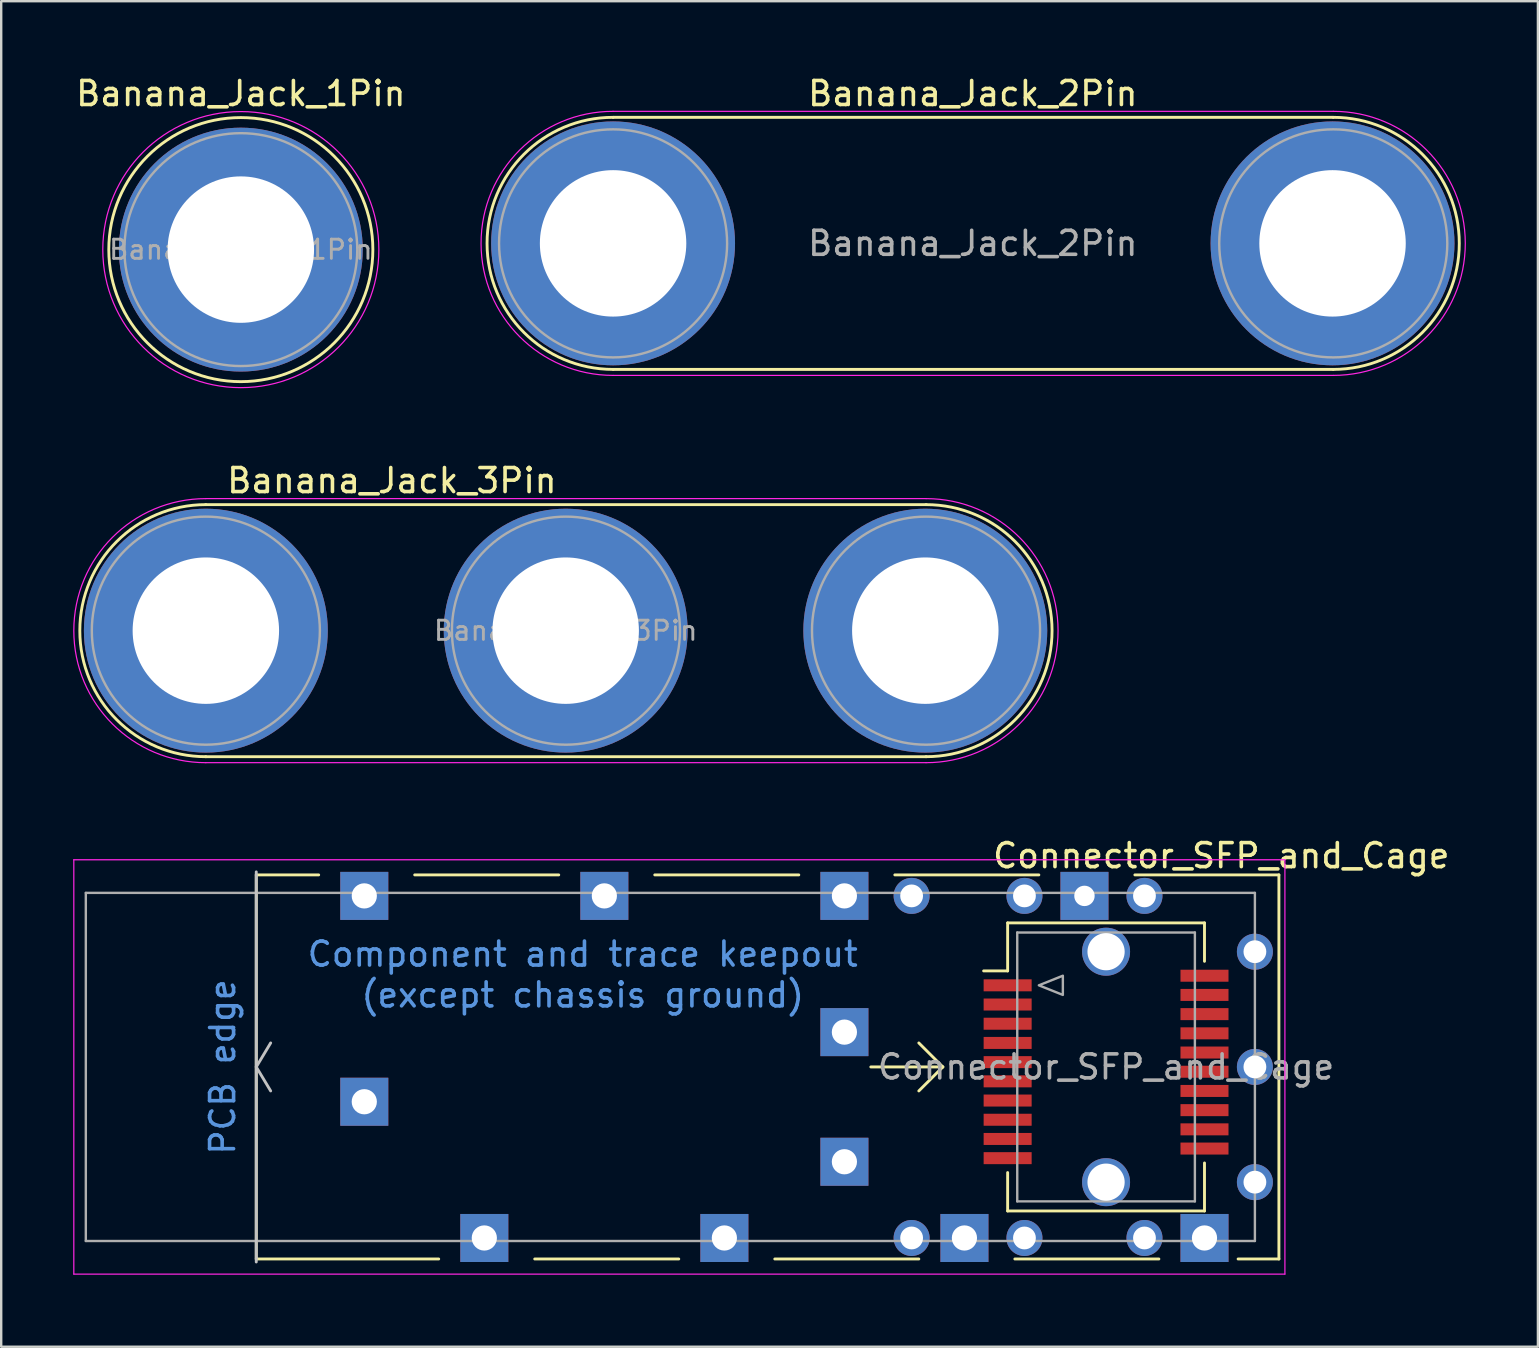
<source format=kicad_pcb>
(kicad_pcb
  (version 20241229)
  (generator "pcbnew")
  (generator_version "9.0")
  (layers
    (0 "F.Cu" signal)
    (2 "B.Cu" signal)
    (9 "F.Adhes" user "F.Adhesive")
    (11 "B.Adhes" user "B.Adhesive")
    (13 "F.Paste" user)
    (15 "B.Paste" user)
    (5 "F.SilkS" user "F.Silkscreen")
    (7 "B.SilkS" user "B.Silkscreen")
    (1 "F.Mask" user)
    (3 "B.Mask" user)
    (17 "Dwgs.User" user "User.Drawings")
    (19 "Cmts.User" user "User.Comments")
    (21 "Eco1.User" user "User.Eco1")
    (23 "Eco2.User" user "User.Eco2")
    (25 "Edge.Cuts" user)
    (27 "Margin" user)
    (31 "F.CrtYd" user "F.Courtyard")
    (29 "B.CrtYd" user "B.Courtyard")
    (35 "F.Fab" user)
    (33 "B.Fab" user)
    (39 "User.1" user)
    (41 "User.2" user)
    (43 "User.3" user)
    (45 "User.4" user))
  (footprint "Banana_Jack_3Pin"
    (layer "F.Cu")
    (at 5.525 23.221)
    (property "Reference" "Banana_Jack_3Pin" (at 7.75 -6.25 0) (layer "F.SilkS") (effects (font (size 1 1) (thickness 0.15))))
    (attr through_hole)
    (fp_line (start 0 5.25) (end 30 5.25) (stroke (width 0.12) (type solid)) (layer "F.SilkS"))
    (fp_line (start 30 -5.25) (end 0 -5.25) (stroke (width 0.12) (type solid)) (layer "F.SilkS"))
    (fp_arc (start 0 5.25) (mid -5.25 0) (end 0 -5.25) (stroke (width 0.12) (type solid)) (layer "F.SilkS"))
    (fp_arc (start 30 -5.25) (mid 35.25 0) (end 30 5.25) (stroke (width 0.12) (type solid)) (layer "F.SilkS"))
    (fp_line (start 0 -5.5) (end 30 -5.5) (stroke (width 0.05) (type solid)) (layer "F.CrtYd"))
    (fp_line (start 30 5.5) (end 0 5.5) (stroke (width 0.05) (type solid)) (layer "F.CrtYd"))
    (fp_arc (start 0 5.5) (mid -5.5 0) (end 0 -5.5) (stroke (width 0.05) (type solid)) (layer "F.CrtYd"))
    (fp_arc (start 30 -5.5) (mid 35.5 0) (end 30 5.5) (stroke (width 0.05) (type solid)) (layer "F.CrtYd"))
    (fp_circle (center 0 0) (end 2 0) (stroke (width 0.1) (type solid)) (fill no) (layer "F.Fab"))
    (fp_circle (center 0 0) (end 4.75 0) (stroke (width 0.1) (type solid)) (fill no) (layer "F.Fab"))
    (fp_circle (center 15 0) (end 17 0) (stroke (width 0.1) (type solid)) (fill no) (layer "F.Fab"))
    (fp_circle (center 15 0) (end 19.75 0) (stroke (width 0.1) (type solid)) (fill no) (layer "F.Fab"))
    (fp_circle (center 30 0) (end 30 -4.75) (stroke (width 0.1) (type solid)) (fill no) (layer "F.Fab"))
    (fp_circle (center 30 0) (end 30 -2) (stroke (width 0.1) (type solid)) (fill no) (layer "F.Fab"))
    (fp_text user "${REFERENCE}" (at 14.99 0 0) (layer "F.Fab") (effects (font (size 0.8 0.8) (thickness 0.12))))
    (pad "1" thru_hole circle (at 0 0) (size 10.16 10.16) (drill 6.1) (layers "*.Cu" "*.Mask"))
    (pad "2" thru_hole circle (at 14.99 0) (size 10.16 10.16) (drill 6.1) (layers "*.Cu" "*.Mask"))
    (pad "3" thru_hole circle (at 29.97 0) (size 10.16 10.16) (drill 6.1) (layers "*.Cu" "*.Mask")))
  (footprint "Banana_Jack_1Pin"
    (layer "F.Cu")
    (at 6.982 7.348)
    (property "Reference" "Banana_Jack_1Pin" (at 0 -6.5 0) (layer "F.SilkS") (effects (font (size 1 1) (thickness 0.15))))
    (attr through_hole)
    (fp_circle (center 0 0) (end 5.5 0) (stroke (width 0.12) (type solid)) (fill no) (layer "F.SilkS"))
    (fp_circle (center 0 0) (end 5.75 0) (stroke (width 0.05) (type solid)) (fill no) (layer "F.CrtYd"))
    (fp_circle (center 0 0) (end 2 0) (stroke (width 0.1) (type solid)) (fill no) (layer "F.Fab"))
    (fp_circle (center 0 0) (end 4.85 0.05) (stroke (width 0.1) (type solid)) (fill no) (layer "F.Fab"))
    (fp_text user "${REFERENCE}" (at 0 0 0) (layer "F.Fab") (effects (font (size 0.8 0.8) (thickness 0.12))))
    (pad "1" thru_hole circle (at 0 0) (size 10.16 10.16) (drill 6.1) (layers "*.Cu" "*.Mask")))
  (footprint "Banana_Jack_2Pin"
    (layer "F.Cu")
    (at 22.489 7.088)
    (property "Reference" "Banana_Jack_2Pin" (at 14.985 -6.24 0) (layer "F.SilkS") (effects (font (size 1 1) (thickness 0.15))))
    (attr through_hole)
    (fp_line (start 0 5.25) (end 30 5.25) (stroke (width 0.12) (type solid)) (layer "F.SilkS"))
    (fp_line (start 30 -5.25) (end 0 -5.25) (stroke (width 0.12) (type solid)) (layer "F.SilkS"))
    (fp_arc (start 0 5.25) (mid -5.25 0) (end 0 -5.25) (stroke (width 0.12) (type solid)) (layer "F.SilkS"))
    (fp_arc (start 30 -5.25) (mid 35.25 0) (end 30 5.25) (stroke (width 0.12) (type solid)) (layer "F.SilkS"))
    (fp_line (start 0 5.5) (end 30 5.5) (stroke (width 0.05) (type solid)) (layer "F.CrtYd"))
    (fp_line (start 30 -5.5) (end 0 -5.5) (stroke (width 0.05) (type solid)) (layer "F.CrtYd"))
    (fp_arc (start 0 5.5) (mid -5.5 0) (end 0 -5.5) (stroke (width 0.05) (type solid)) (layer "F.CrtYd"))
    (fp_arc (start 30 -5.5) (mid 35.5 0) (end 30 5.5) (stroke (width 0.05) (type solid)) (layer "F.CrtYd"))
    (fp_circle (center 0 0) (end 2 0) (stroke (width 0.1) (type solid)) (fill no) (layer "F.Fab"))
    (fp_circle (center 0 0) (end 4.75 0) (stroke (width 0.1) (type solid)) (fill no) (layer "F.Fab"))
    (fp_circle (center 30 0) (end 32 0) (stroke (width 0.1) (type solid)) (fill no) (layer "F.Fab"))
    (fp_circle (center 30 0) (end 34.75 0) (stroke (width 0.1) (type solid)) (fill no) (layer "F.Fab"))
    (fp_text user "${REFERENCE}" (at 14.985 0 0) (layer "F.Fab") (effects (font (size 1 1) (thickness 0.15))))
    (pad "1" thru_hole circle (at 0 0) (size 10.16 10.16) (drill 6.1) (layers "*.Cu" "*.Mask"))
    (pad "2" thru_hole circle (at 29.97 0) (size 10.16 10.16) (drill 6.1) (layers "*.Cu" "*.Mask")))
  (footprint "Connector_SFP_and_Cage"
    (layer "F.Cu")
    (at 49.225 41.395)
    (property "Reference" "Connector_SFP_and_Cage" (at -1.4 -8.8 0) (layer "F.SilkS") (effects (font (size 1 1) (thickness 0.15))))
    (attr smd)
    (fp_line (start -41.6 8) (end -41.6 -8) (stroke (width 0.12) (type solid)) (layer "F.SilkS"))
    (fp_line (start -39 -8) (end -41.6 -8) (stroke (width 0.12) (type solid)) (layer "F.SilkS"))
    (fp_line (start -34 8) (end -41.6 8) (stroke (width 0.12) (type solid)) (layer "F.SilkS"))
    (fp_line (start -30 8) (end -24 8) (stroke (width 0.12) (type solid)) (layer "F.SilkS"))
    (fp_line (start -29 -8) (end -35 -8) (stroke (width 0.12) (type solid)) (layer "F.SilkS"))
    (fp_line (start -20 8) (end -14 8) (stroke (width 0.12) (type solid)) (layer "F.SilkS"))
    (fp_line (start -19 -8) (end -25 -8) (stroke (width 0.12) (type solid)) (layer "F.SilkS"))
    (fp_line (start -13 0) (end -16 0) (stroke (width 0.12) (type solid)) (layer "F.SilkS"))
    (fp_line (start -13 0) (end -14 -1) (stroke (width 0.12) (type solid)) (layer "F.SilkS"))
    (fp_line (start -13 0) (end -14 1) (stroke (width 0.12) (type solid)) (layer "F.SilkS"))
    (fp_line (start -10.3 -6) (end -10.3 -4) (stroke (width 0.12) (type solid)) (layer "F.SilkS"))
    (fp_line (start -10.3 -4) (end -11.3 -4) (stroke (width 0.12) (type solid)) (layer "F.SilkS"))
    (fp_line (start -10.3 4.4) (end -10.3 6) (stroke (width 0.12) (type solid)) (layer "F.SilkS"))
    (fp_line (start -10 8) (end -4 8) (stroke (width 0.12) (type solid)) (layer "F.SilkS"))
    (fp_line (start -9 -8) (end -15 -8) (stroke (width 0.12) (type solid)) (layer "F.SilkS"))
    (fp_line (start -2.1 -6) (end -10.3 -6) (stroke (width 0.12) (type solid)) (layer "F.SilkS"))
    (fp_line (start -2.1 -4.4) (end -2.1 -6) (stroke (width 0.12) (type solid)) (layer "F.SilkS"))
    (fp_line (start -2.1 4) (end -2.1 6) (stroke (width 0.12) (type solid)) (layer "F.SilkS"))
    (fp_line (start -2.1 6) (end -10.3 6) (stroke (width 0.12) (type solid)) (layer "F.SilkS"))
    (fp_line (start -0.7 8) (end 1 8) (stroke (width 0.12) (type solid)) (layer "F.SilkS"))
    (fp_line (start 1 -8) (end -5 -8) (stroke (width 0.12) (type solid)) (layer "F.SilkS"))
    (fp_line (start 1 8) (end 1 -8) (stroke (width 0.12) (type solid)) (layer "F.SilkS"))
    (fp_line (start -41.6 0) (end -41 -1) (stroke (width 0.12) (type solid)) (layer "Dwgs.User"))
    (fp_line (start -41.6 8.125) (end -41.6 -8.125) (stroke (width 0.12) (type solid)) (layer "Dwgs.User"))
    (fp_line (start -41 1) (end -41.6 0) (stroke (width 0.12) (type solid)) (layer "Dwgs.User"))
    (fp_line (start -49.2 -8.63) (end -49.2 8.63) (stroke (width 0.05) (type solid)) (layer "F.CrtYd"))
    (fp_line (start -49.2 -8.63) (end 1.25 -8.63) (stroke (width 0.05) (type solid)) (layer "F.CrtYd"))
    (fp_line (start 1.25 8.63) (end -49.2 8.63) (stroke (width 0.05) (type solid)) (layer "F.CrtYd"))
    (fp_line (start 1.25 8.63) (end 1.25 -8.63) (stroke (width 0.05) (type solid)) (layer "F.CrtYd"))
    (fp_line (start -48.7 -7.25) (end -48.7 7.25) (stroke (width 0.1) (type solid)) (layer "F.Fab"))
    (fp_line (start -9.9 -5.6) (end -9.9 5.6) (stroke (width 0.1) (type solid)) (layer "F.Fab"))
    (fp_line (start -2.5 -5.6) (end -9.9 -5.6) (stroke (width 0.1) (type solid)) (layer "F.Fab"))
    (fp_line (start -2.5 -5.6) (end -2.5 5.6) (stroke (width 0.1) (type solid)) (layer "F.Fab"))
    (fp_line (start -2.5 5.6) (end -9.9 5.6) (stroke (width 0.1) (type solid)) (layer "F.Fab"))
    (fp_line (start 0 -7.25) (end -48.7 -7.25) (stroke (width 0.1) (type solid)) (layer "F.Fab"))
    (fp_line (start 0 -7.25) (end 0 7.25) (stroke (width 0.1) (type solid)) (layer "F.Fab"))
    (fp_line (start 0 7.25) (end -48.7 7.25) (stroke (width 0.1) (type solid)) (layer "F.Fab"))
    (fp_poly (pts (xy -9 -3.4) (xy -8 -3.8) (xy -8 -3)) (stroke (width 0.1) (type solid)) (fill no) (layer "F.Fab"))
    (fp_text user "(except chassis ground)" (at -28 -3 0) (layer "Cmts.User") (effects (font (size 1 1) (thickness 0.15))))
    (fp_text user "Component and trace keepout" (at -28 -4.7 0) (layer "Cmts.User") (effects (font (size 1 1) (thickness 0.15))))
    (fp_text user "PCB edge" (at -43 0 90) (layer "Cmts.User") (effects (font (size 1 1) (thickness 0.15))))
    (fp_text user "${REFERENCE}" (at -6.2 0 0) (layer "F.Fab") (effects (font (size 1 1) (thickness 0.15))))
    (pad "" np_thru_hole circle (at -6.2 -4.8) (size 2 2) (drill 1.55) (layers "*.Cu" "*.Mask"))
    (pad "" np_thru_hole circle (at -6.2 4.8) (size 2 2) (drill 1.55) (layers "*.Cu" "*.Mask"))
    (pad "1" smd rect (at -10.3 -3.4) (size 2 0.5) (layers "F.Cu" "F.Mask" "F.Paste"))
    (pad "2" smd rect (at -10.3 -2.6) (size 2 0.5) (layers "F.Cu" "F.Mask" "F.Paste"))
    (pad "3" smd rect (at -10.3 -1.8) (size 2 0.5) (layers "F.Cu" "F.Mask" "F.Paste"))
    (pad "4" smd rect (at -10.3 -1) (size 2 0.5) (layers "F.Cu" "F.Mask" "F.Paste"))
    (pad "5" smd rect (at -10.3 -0.2) (size 2 0.5) (layers "F.Cu" "F.Mask" "F.Paste"))
    (pad "6" smd rect (at -10.3 0.6) (size 2 0.5) (layers "F.Cu" "F.Mask" "F.Paste"))
    (pad "7" smd rect (at -10.3 1.4) (size 2 0.5) (layers "F.Cu" "F.Mask" "F.Paste"))
    (pad "8" smd rect (at -10.3 2.2) (size 2 0.5) (layers "F.Cu" "F.Mask" "F.Paste"))
    (pad "9" smd rect (at -10.3 3) (size 2 0.5) (layers "F.Cu" "F.Mask" "F.Paste"))
    (pad "10" smd rect (at -10.3 3.8) (size 2 0.5) (layers "F.Cu" "F.Mask" "F.Paste"))
    (pad "11" smd rect (at -2.1 3.4) (size 2 0.5) (layers "F.Cu" "F.Mask" "F.Paste"))
    (pad "12" smd rect (at -2.1 2.6) (size 2 0.5) (layers "F.Cu" "F.Mask" "F.Paste"))
    (pad "13" smd rect (at -2.1 1.8) (size 2 0.5) (layers "F.Cu" "F.Mask" "F.Paste"))
    (pad "14" smd rect (at -2.1 1) (size 2 0.5) (layers "F.Cu" "F.Mask" "F.Paste"))
    (pad "15" smd rect (at -2.1 0.2) (size 2 0.5) (layers "F.Cu" "F.Mask" "F.Paste"))
    (pad "16" smd rect (at -2.1 -0.6) (size 2 0.5) (layers "F.Cu" "F.Mask" "F.Paste"))
    (pad "17" smd rect (at -2.1 -1.4) (size 2 0.5) (layers "F.Cu" "F.Mask" "F.Paste"))
    (pad "18" smd rect (at -2.1 -2.2) (size 2 0.5) (layers "F.Cu" "F.Mask" "F.Paste"))
    (pad "19" smd rect (at -2.1 -3) (size 2 0.5) (layers "F.Cu" "F.Mask" "F.Paste"))
    (pad "20" smd rect (at -2.1 -3.8) (size 2 0.5) (layers "F.Cu" "F.Mask" "F.Paste"))
    (pad "CAGE" thru_hole rect (at -37.1 -7.125) (size 2 2) (drill 1.05) (layers "*.Cu" "*.Mask"))
    (pad "CAGE" thru_hole rect (at -37.1 1.45) (size 2 2) (drill 1.05) (layers "*.Cu" "*.Mask"))
    (pad "CAGE" thru_hole rect (at -32.1 7.125) (size 2 2) (drill 1.05) (layers "*.Cu" "*.Mask"))
    (pad "CAGE" thru_hole rect (at -27.1 -7.125) (size 2 2) (drill 1.05) (layers "*.Cu" "*.Mask"))
    (pad "CAGE" thru_hole rect (at -22.1 7.125) (size 2 2) (drill 1.05) (layers "*.Cu" "*.Mask"))
    (pad "CAGE" thru_hole rect (at -17.1 -7.125) (size 2 2) (drill 1.05) (layers "*.Cu" "*.Mask"))
    (pad "CAGE" thru_hole rect (at -17.1 -1.45) (size 2 2) (drill 1.05) (layers "*.Cu" "*.Mask"))
    (pad "CAGE" thru_hole rect (at -17.1 3.95) (size 2 2) (drill 1.05) (layers "*.Cu" "*.Mask"))
    (pad "CAGE" thru_hole circle (at -14.3 -7.125) (size 1.5 1.5) (drill 0.95) (layers "*.Cu" "*.Mask"))
    (pad "CAGE" thru_hole circle (at -14.3 7.125) (size 1.5 1.5) (drill 0.95) (layers "*.Cu" "*.Mask"))
    (pad "CAGE" thru_hole rect (at -12.1 7.125) (size 2 2) (drill 1.05) (layers "*.Cu" "*.Mask"))
    (pad "CAGE" thru_hole circle (at -9.6 -7.125) (size 1.5 1.5) (drill 0.95) (layers "*.Cu" "*.Mask"))
    (pad "CAGE" thru_hole circle (at -9.6 7.125) (size 1.5 1.5) (drill 0.95) (layers "*.Cu" "*.Mask"))
    (pad "CAGE" thru_hole rect (at -7.1 -7.125) (size 2 2) (drill 0.85) (layers "*.Cu" "*.Mask"))
    (pad "CAGE" thru_hole circle (at -4.6 -7.125) (size 1.5 1.5) (drill 0.95) (layers "*.Cu" "*.Mask"))
    (pad "CAGE" thru_hole circle (at -4.6 7.125) (size 1.5 1.5) (drill 0.95) (layers "*.Cu" "*.Mask"))
    (pad "CAGE" thru_hole rect (at -2.1 7.125) (size 2 2) (drill 1.05) (layers "*.Cu" "*.Mask"))
    (pad "CAGE" thru_hole circle (at 0 -4.8) (size 1.5 1.5) (drill 0.95) (layers "*.Cu" "*.Mask"))
    (pad "CAGE" thru_hole circle (at 0 0) (size 1.5 1.5) (drill 0.95) (layers "*.Cu" "*.Mask"))
    (pad "CAGE" thru_hole circle (at 0 4.8) (size 1.5 1.5) (drill 0.95) (layers "*.Cu" "*.Mask"))
    (zone (net_name "") (layer "F.Cu") (hatch full 0.508) (connect_pads) (min_thickness 0.254) (filled_areas_thickness no) (keepout (tracks not_allowed) (vias allowed) (pads allowed) (copperpour allowed) (footprints not_allowed)) (placement (enabled no)) (fill) (polygon (pts (xy 49.925 37.795) (xy 48.925 37.795) (xy 48.925 35.295) (xy 34.425 35.295) (xy 34.425 47.495) (xy 48.925 47.495) (xy 48.925 44.495) (xy 49.925 44.495) (xy 49.925 49.52) (xy 7.625 49.52) (xy 7.625 33.27) (xy 49.925 33.27)))))
  (gr_rect
    (start -3 -3)
    (end 61.014 53.05)
    (stroke (width 0.1) (type default))
    (fill no)
    (layer "Edge.Cuts")))
</source>
